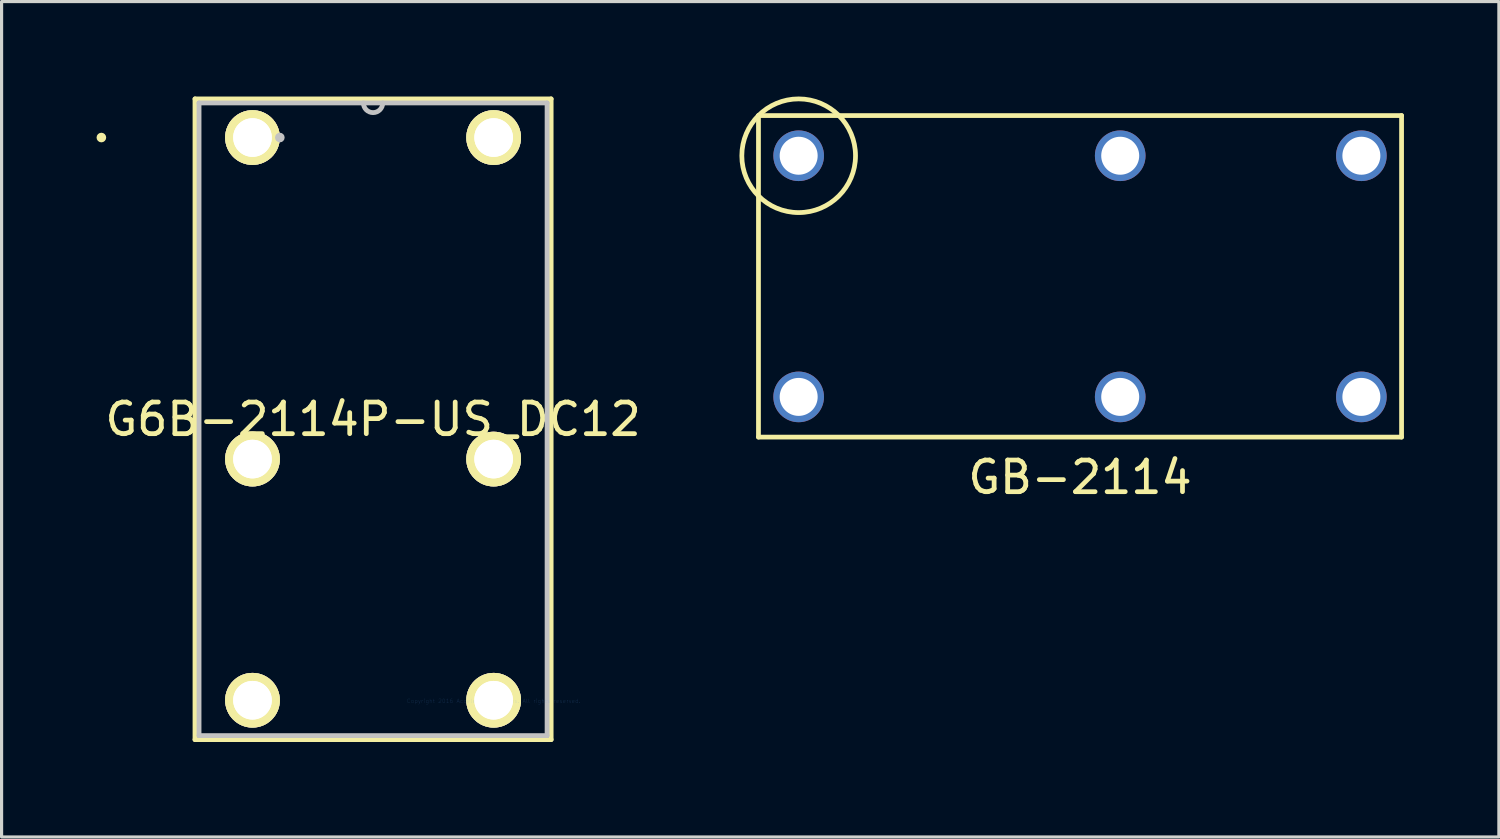
<source format=kicad_pcb>
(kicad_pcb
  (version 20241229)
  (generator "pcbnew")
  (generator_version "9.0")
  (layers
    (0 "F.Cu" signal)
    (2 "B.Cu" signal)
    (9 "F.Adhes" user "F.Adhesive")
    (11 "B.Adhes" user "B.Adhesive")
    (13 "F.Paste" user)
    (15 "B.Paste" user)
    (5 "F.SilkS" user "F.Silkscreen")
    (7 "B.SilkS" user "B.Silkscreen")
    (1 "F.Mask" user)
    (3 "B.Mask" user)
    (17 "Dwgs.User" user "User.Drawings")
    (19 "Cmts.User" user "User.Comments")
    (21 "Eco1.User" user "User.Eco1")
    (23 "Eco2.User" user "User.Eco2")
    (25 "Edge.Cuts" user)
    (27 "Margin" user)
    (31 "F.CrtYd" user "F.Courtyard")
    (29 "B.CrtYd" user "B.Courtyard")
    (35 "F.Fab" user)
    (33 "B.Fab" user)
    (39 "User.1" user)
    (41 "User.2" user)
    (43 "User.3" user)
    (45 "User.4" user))
  (footprint "G6B-2114P-US_DC12"
    (layer "F.Cu")
    (at 12.548 19.101)
    (property "Reference" "G6B-2114P-US_DC12" (at -3.81 -8.903 0) (layer "F.SilkS") (effects (font (size 1 1) (thickness 0.15))))
    (attr through_hole)
    (fp_line (start -9.436 -19.025) (end -9.436 1.219) (stroke (width 0.152) (type solid)) (layer "F.SilkS"))
    (fp_line (start -9.436 1.219) (end 1.816 1.219) (stroke (width 0.152) (type solid)) (layer "F.SilkS"))
    (fp_line (start 1.816 -19.025) (end -9.436 -19.025) (stroke (width 0.152) (type solid)) (layer "F.SilkS"))
    (fp_line (start 1.816 1.219) (end 1.816 -19.025) (stroke (width 0.152) (type solid)) (layer "F.SilkS"))
    (fp_circle (center -12.395 -17.805) (end -12.319 -17.805) (stroke (width 0.152) (type solid)) (fill no) (layer "F.SilkS"))
    (fp_line (start -9.309 -18.898) (end -9.309 1.092) (stroke (width 0.152) (type solid)) (layer "Dwgs.User"))
    (fp_line (start -9.309 1.092) (end 1.689 1.092) (stroke (width 0.152) (type solid)) (layer "Dwgs.User"))
    (fp_line (start 1.689 -18.898) (end -9.309 -18.898) (stroke (width 0.152) (type solid)) (layer "Dwgs.User"))
    (fp_line (start 1.689 1.092) (end 1.689 -18.898) (stroke (width 0.152) (type solid)) (layer "Dwgs.User"))
    (fp_arc (start -3.5052 -18.8976) (mid -3.81 -18.5928) (end -4.1148 -18.8976) (stroke (width 0.1524) (type solid)) (layer "Dwgs.User"))
    (fp_circle (center -6.756 -17.805) (end -6.68 -17.805) (stroke (width 0.152) (type solid)) (fill no) (layer "Dwgs.User"))
    (fp_text user "Copyright 2016 Accelerated Designs. All rights reserved." (at 0 0 0) (layer "Cmts.User") (effects (font (size 0.127 0.127) (thickness 0.002))))
    (pad "1" thru_hole circle (at -7.62 -17.805) (size 1.727 1.727) (drill 1.219) (layers "*.Cu" "F.SilkS"))
    (pad "1" thru_hole circle (at -7.62 -17.805) (size 1.727 1.727) (drill 1.219) (layers "*.Cu" "F.SilkS"))
    (pad "2" thru_hole circle (at -7.62 -7.645) (size 1.727 1.727) (drill 1.219) (layers "*.Cu" "F.SilkS"))
    (pad "2" thru_hole circle (at -7.62 -7.645) (size 1.727 1.727) (drill 1.219) (layers "*.Cu" "F.SilkS"))
    (pad "3" thru_hole circle (at -7.62 -0.025) (size 1.727 1.727) (drill 1.219) (layers "*.Cu" "F.SilkS"))
    (pad "3" thru_hole circle (at -7.62 -0.025) (size 1.727 1.727) (drill 1.219) (layers "*.Cu" "F.SilkS"))
    (pad "4" thru_hole circle (at 0 -0.025) (size 1.727 1.727) (drill 1.219) (layers "*.Cu" "F.SilkS"))
    (pad "4" thru_hole circle (at 0 -0.025) (size 1.727 1.727) (drill 1.219) (layers "*.Cu" "F.SilkS"))
    (pad "5" thru_hole circle (at 0 -7.645) (size 1.727 1.727) (drill 1.219) (layers "*.Cu" "F.SilkS"))
    (pad "5" thru_hole circle (at 0 -7.645) (size 1.727 1.727) (drill 1.219) (layers "*.Cu" "F.SilkS"))
    (pad "6" thru_hole circle (at 0 -17.805) (size 1.727 1.727) (drill 1.219) (layers "*.Cu" "F.SilkS"))
    (pad "6" thru_hole circle (at 0 -17.805) (size 1.727 1.727) (drill 1.219) (layers "*.Cu" "F.SilkS")))
  (footprint "GB-2114"
    (layer "F.Cu")
    (at 22.186 1.871)
    (property "Reference" "GB-2114" (at 8.89 10.16 0) (layer "F.SilkS") (effects (font (size 1 1) (thickness 0.15))))
    (attr through_hole)
    (fp_line (start -1.27 -1.27) (end -1.27 8.89) (stroke (width 0.15) (type solid)) (layer "F.SilkS"))
    (fp_line (start -1.27 8.89) (end 19.05 8.89) (stroke (width 0.15) (type solid)) (layer "F.SilkS"))
    (fp_line (start 19.05 -1.27) (end -1.27 -1.27) (stroke (width 0.15) (type solid)) (layer "F.SilkS"))
    (fp_line (start 19.05 8.89) (end 19.05 -1.27) (stroke (width 0.15) (type solid)) (layer "F.SilkS"))
    (fp_circle (center 0 0) (end 1.27 1.27) (stroke (width 0.15) (type solid)) (fill no) (layer "F.SilkS"))
    (pad "1" thru_hole circle (at 0 0) (size 1.6 1.6) (drill 1.2) (layers "*.Cu" "*.Mask"))
    (pad "3" thru_hole circle (at 10.16 0) (size 1.6 1.6) (drill 1.2) (layers "*.Cu" "*.Mask"))
    (pad "4" thru_hole circle (at 17.78 0) (size 1.6 1.6) (drill 1.2) (layers "*.Cu" "*.Mask"))
    (pad "5" thru_hole circle (at 17.78 7.62) (size 1.6 1.6) (drill 1.2) (layers "*.Cu" "*.Mask"))
    (pad "6" thru_hole circle (at 10.16 7.62) (size 1.6 1.6) (drill 1.2) (layers "*.Cu" "*.Mask"))
    (pad "8" thru_hole circle (at 0 7.62) (size 1.6 1.6) (drill 1.2) (layers "*.Cu" "*.Mask")))
  (gr_rect
    (start -3 -3)
    (end 44.311 23.396)
    (stroke (width 0.1) (type default))
    (fill no)
    (layer "Edge.Cuts")))
</source>
